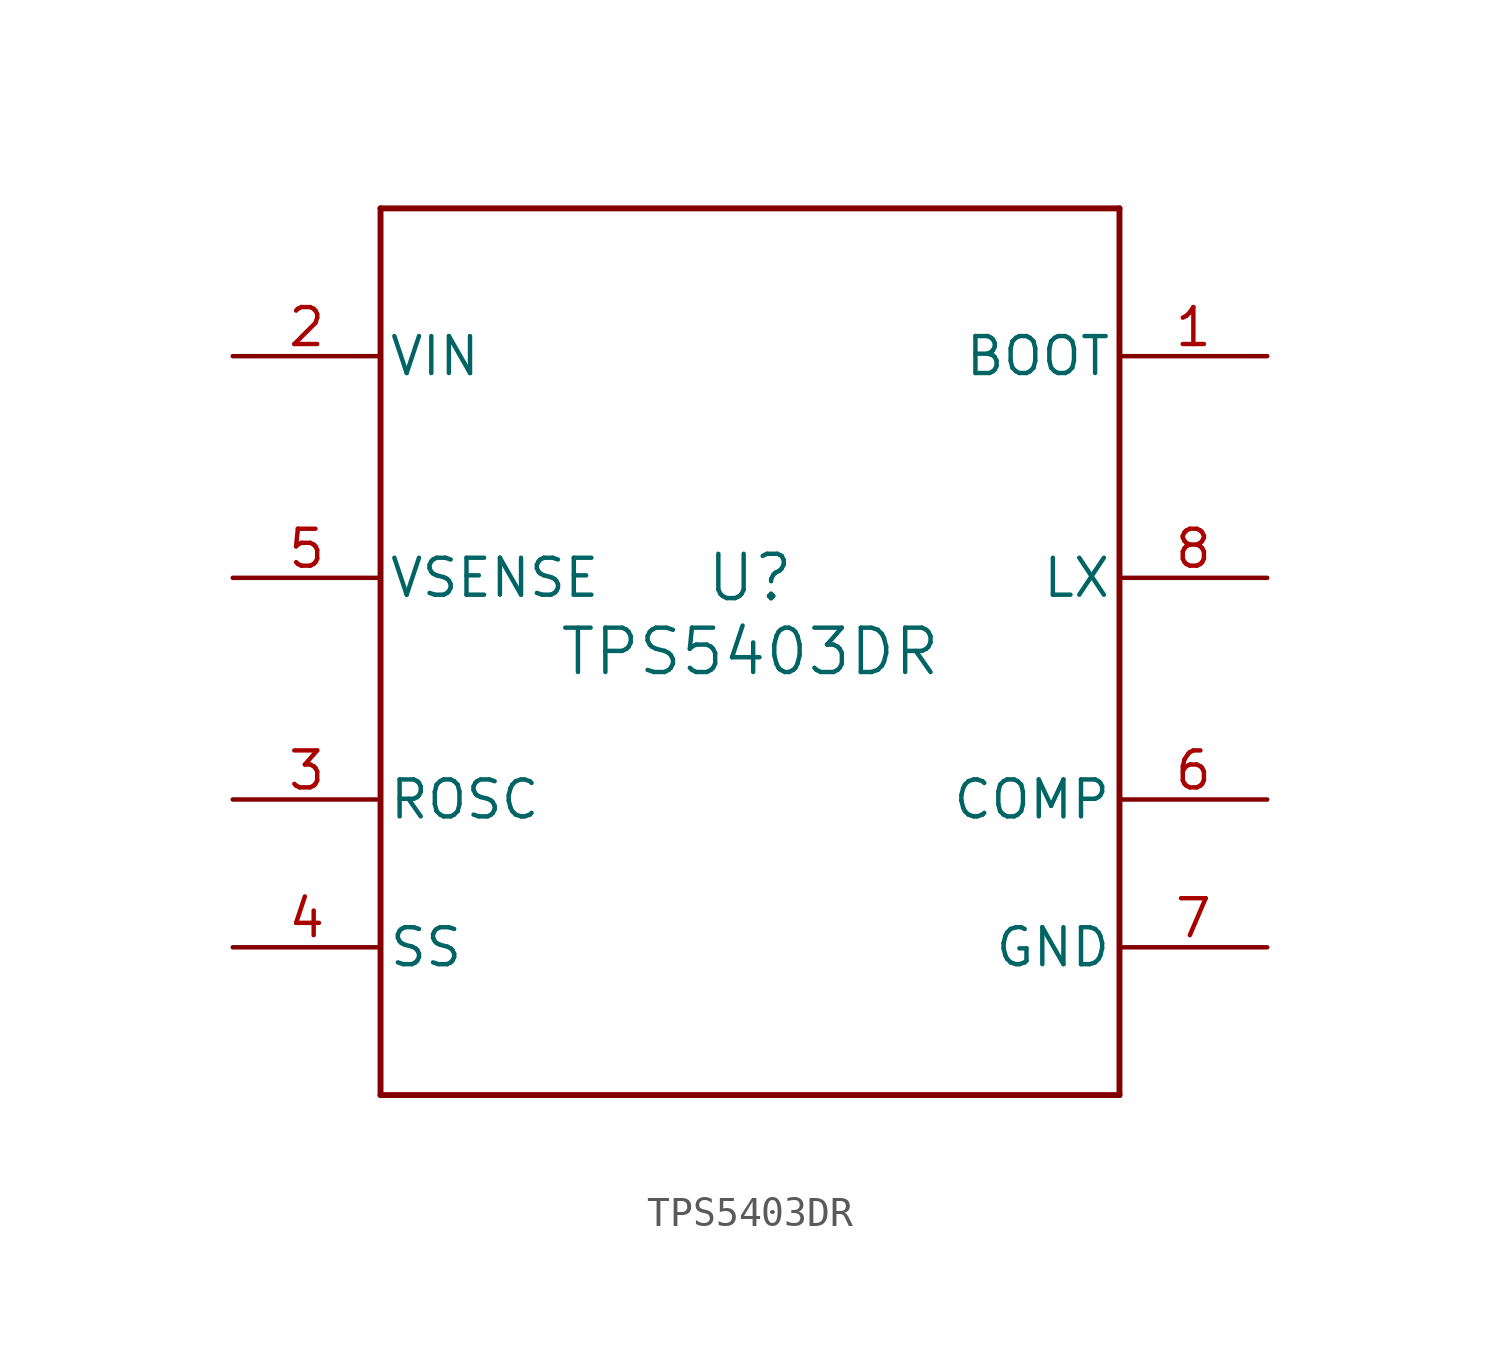
<source format=kicad_sym>
(kicad_symbol_lib
  (version 20211014)
  (generator kicad_symbol_editor)
  (symbol "TPS5403DR"
    (pin_names
      (offset 0.254))
    (property "Reference" "U"
      (at 0 2.54 0)
      (effects (font (size 1.524 1.524))))
    (property "Value" "TPS5403DR"
      (at 0 0 0)
      (effects (font (size 1.524 1.524))))
    (symbol "TPS5403DR_0_1"
      (polyline (pts (xy -12.7 -15.24) (xy 12.7 -15.24)) (stroke (width 0.203) (type default) (color 0 0 0 0)) (fill (type none)))
      (polyline (pts (xy 12.7 -15.24) (xy 12.7 15.24)) (stroke (width 0.203) (type default) (color 0 0 0 0)) (fill (type none)))
      (polyline (pts (xy 12.7 15.24) (xy -12.7 15.24)) (stroke (width 0.203) (type default) (color 0 0 0 0)) (fill (type none)))
      (polyline (pts (xy -12.7 15.24) (xy -12.7 -15.24)) (stroke (width 0.203) (type default) (color 0 0 0 0)) (fill (type none)))
      (pin power_in line (at 17.78 10.16 180) (length 5.08) (name "BOOT" (effects (font (size 1.27 1.27)))) (number "1" (effects (font (size 1.27 1.27)))))
      (pin power_in line (at -17.78 10.16 0) (length 5.08) (name "VIN" (effects (font (size 1.27 1.27)))) (number "2" (effects (font (size 1.27 1.27)))))
      (pin input line (at -17.78 -5.08 0) (length 5.08) (name "ROSC" (effects (font (size 1.27 1.27)))) (number "3" (effects (font (size 1.27 1.27)))))
      (pin input line (at -17.78 -10.16 0) (length 5.08) (name "SS" (effects (font (size 1.27 1.27)))) (number "4" (effects (font (size 1.27 1.27)))))
      (pin input line (at -17.78 2.54 0) (length 5.08) (name "VSENSE" (effects (font (size 1.27 1.27)))) (number "5" (effects (font (size 1.27 1.27)))))
      (pin unspecified line (at 17.78 -5.08 180) (length 5.08) (name "COMP" (effects (font (size 1.27 1.27)))) (number "6" (effects (font (size 1.27 1.27)))))
      (pin power_in line (at 17.78 -10.16 180) (length 5.08) (name "GND" (effects (font (size 1.27 1.27)))) (number "7" (effects (font (size 1.27 1.27)))))
      (pin power_in line (at 17.78 2.54 180) (length 5.08) (name "LX" (effects (font (size 1.27 1.27)))) (number "8" (effects (font (size 1.27 1.27))))))))
</source>
